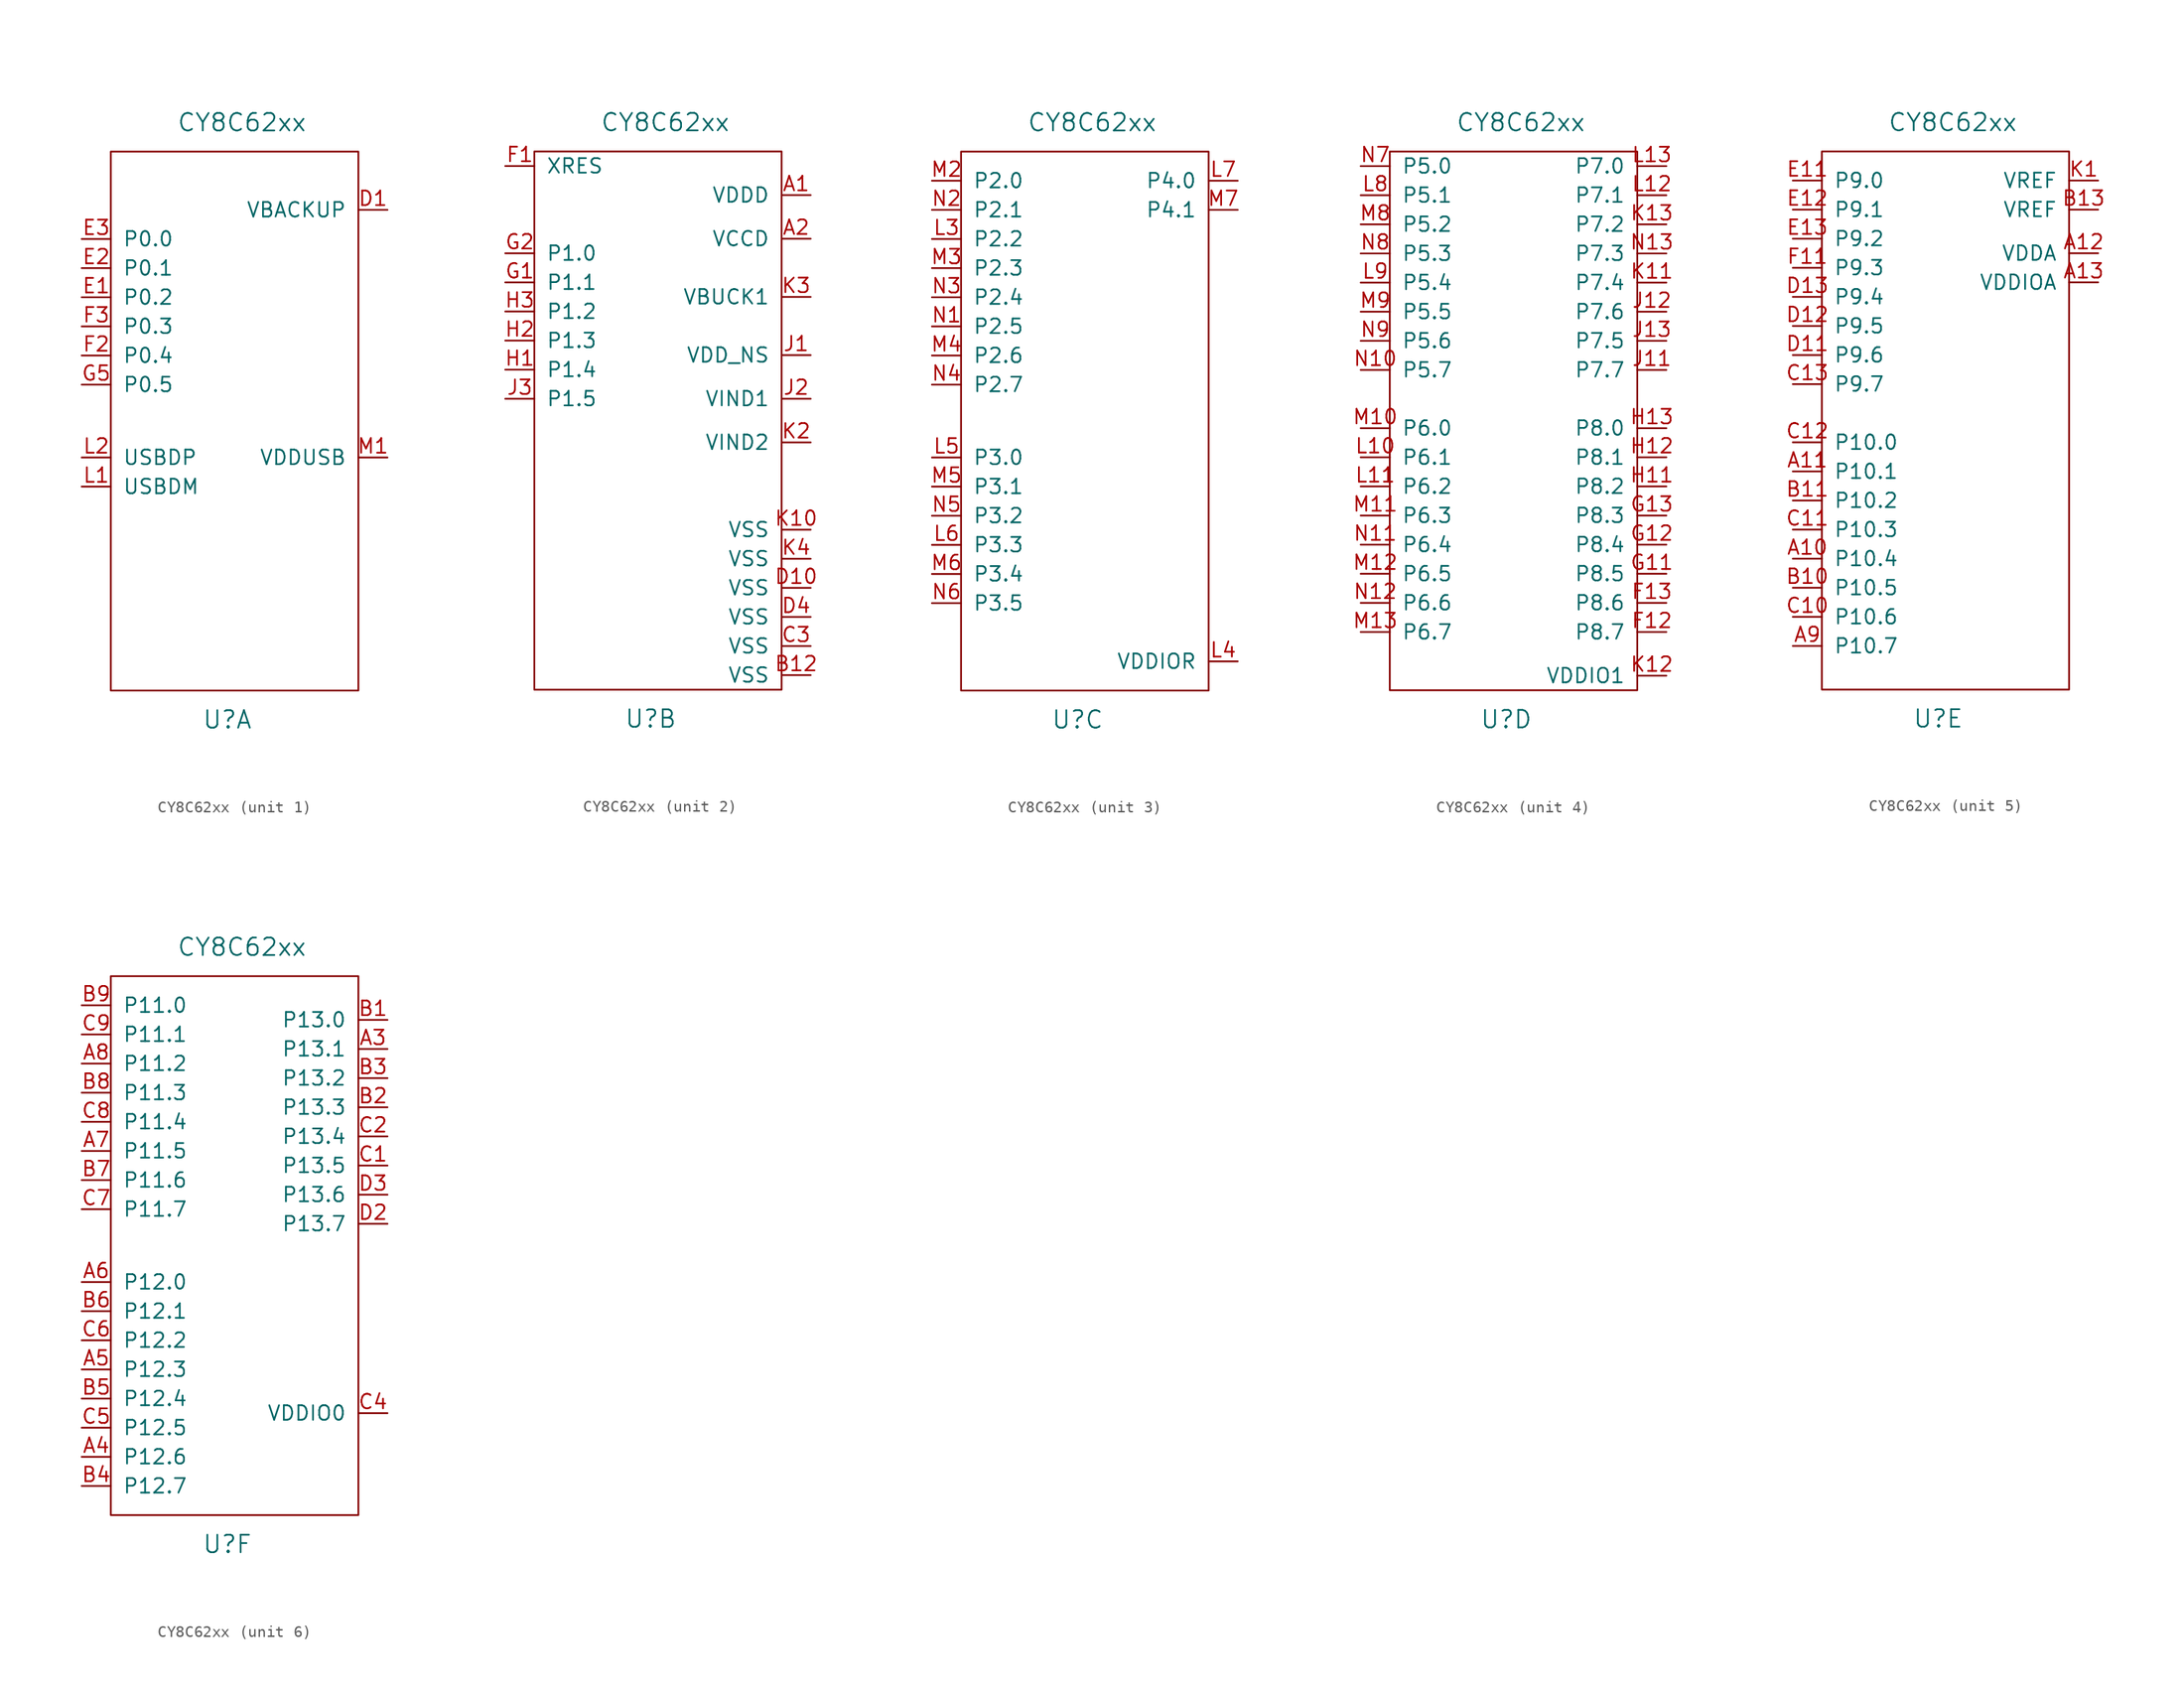
<source format=kicad_sym>
(kicad_symbol_lib
  (version 20220914)
  (generator kicad_symbol_editor)
  (symbol "CY8C62xx"
    (pin_names
      (offset 1.016))
    (property "Reference" "U"
      (at 0 -26.67 0)
      (effects (font (size 1.524 1.524))))
    (property "Value" "CY8C62xx"
      (at 1.27 25.4 0)
      (effects (font (size 1.524 1.524))))
    (property "ki_locked" ""
      (at 0 0 0)
      (effects (font (size 1.27 1.27))))
    (symbol "CY8C62xx_0_1"
      (rectangle (start -10.16 22.86) (end 11.43 -24.13) (stroke (width 0) (type solid)) (fill (type none))))
    (symbol "CY8C62xx_1_1"
      (pin power_in line (at 13.97 17.78 180) (length 2.54) (name "VBACKUP" (effects (font (size 1.27 1.27)))) (number "D1" (effects (font (size 1.27 1.27)))))
      (pin bidirectional line (at -12.7 10.16 0) (length 2.54) (name "P0.2" (effects (font (size 1.27 1.27)))) (number "E1" (effects (font (size 1.27 1.27)))))
      (pin bidirectional line (at -12.7 12.7 0) (length 2.54) (name "P0.1" (effects (font (size 1.27 1.27)))) (number "E2" (effects (font (size 1.27 1.27)))))
      (pin bidirectional line (at -12.7 15.24 0) (length 2.54) (name "P0.0" (effects (font (size 1.27 1.27)))) (number "E3" (effects (font (size 1.27 1.27)))))
      (pin bidirectional line (at -12.7 5.08 0) (length 2.54) (name "P0.4" (effects (font (size 1.27 1.27)))) (number "F2" (effects (font (size 1.27 1.27)))))
      (pin bidirectional line (at -12.7 7.62 0) (length 2.54) (name "P0.3" (effects (font (size 1.27 1.27)))) (number "F3" (effects (font (size 1.27 1.27)))))
      (pin bidirectional line (at -12.7 2.54 0) (length 2.54) (name "P0.5" (effects (font (size 1.27 1.27)))) (number "G5" (effects (font (size 1.27 1.27)))))
      (pin bidirectional line (at -12.7 -6.35 0) (length 2.54) (name "USBDM" (effects (font (size 1.27 1.27)))) (number "L1" (effects (font (size 1.27 1.27)))))
      (pin bidirectional line (at -12.7 -3.81 0) (length 2.54) (name "USBDP" (effects (font (size 1.27 1.27)))) (number "L2" (effects (font (size 1.27 1.27)))))
      (pin power_in line (at 13.97 -3.81 180) (length 2.54) (name "VDDUSB" (effects (font (size 1.27 1.27)))) (number "M1" (effects (font (size 1.27 1.27))))))
    (symbol "CY8C62xx_2_1"
      (pin power_in line (at 13.97 19.05 180) (length 2.54) (name "VDDD" (effects (font (size 1.27 1.27)))) (number "A1" (effects (font (size 1.27 1.27)))))
      (pin power_in line (at 13.97 15.24 180) (length 2.54) (name "VCCD" (effects (font (size 1.27 1.27)))) (number "A2" (effects (font (size 1.27 1.27)))))
      (pin power_in line (at 13.97 -22.86 180) (length 2.54) (name "VSS" (effects (font (size 1.27 1.27)))) (number "B12" (effects (font (size 1.27 1.27)))))
      (pin power_in line (at 13.97 -20.32 180) (length 2.54) (name "VSS" (effects (font (size 1.27 1.27)))) (number "C3" (effects (font (size 1.27 1.27)))))
      (pin power_in line (at 13.97 -15.24 180) (length 2.54) (name "VSS" (effects (font (size 1.27 1.27)))) (number "D10" (effects (font (size 1.27 1.27)))))
      (pin power_in line (at 13.97 -17.78 180) (length 2.54) (name "VSS" (effects (font (size 1.27 1.27)))) (number "D4" (effects (font (size 1.27 1.27)))))
      (pin bidirectional line (at -12.7 21.59 0) (length 2.54) (name "XRES" (effects (font (size 1.27 1.27)))) (number "F1" (effects (font (size 1.27 1.27)))))
      (pin bidirectional line (at -12.7 11.43 0) (length 2.54) (name "P1.1" (effects (font (size 1.27 1.27)))) (number "G1" (effects (font (size 1.27 1.27)))))
      (pin bidirectional line (at -12.7 13.97 0) (length 2.54) (name "P1.0" (effects (font (size 1.27 1.27)))) (number "G2" (effects (font (size 1.27 1.27)))))
      (pin bidirectional line (at -12.7 3.81 0) (length 2.54) (name "P1.4" (effects (font (size 1.27 1.27)))) (number "H1" (effects (font (size 1.27 1.27)))))
      (pin bidirectional line (at -12.7 6.35 0) (length 2.54) (name "P1.3" (effects (font (size 1.27 1.27)))) (number "H2" (effects (font (size 1.27 1.27)))))
      (pin bidirectional line (at -12.7 8.89 0) (length 2.54) (name "P1.2" (effects (font (size 1.27 1.27)))) (number "H3" (effects (font (size 1.27 1.27)))))
      (pin power_in line (at 13.97 5.08 180) (length 2.54) (name "VDD_NS" (effects (font (size 1.27 1.27)))) (number "J1" (effects (font (size 1.27 1.27)))))
      (pin power_in line (at 13.97 1.27 180) (length 2.54) (name "VIND1" (effects (font (size 1.27 1.27)))) (number "J2" (effects (font (size 1.27 1.27)))))
      (pin bidirectional line (at -12.7 1.27 0) (length 2.54) (name "P1.5" (effects (font (size 1.27 1.27)))) (number "J3" (effects (font (size 1.27 1.27)))))
      (pin power_in line (at 13.97 -10.16 180) (length 2.54) (name "VSS" (effects (font (size 1.27 1.27)))) (number "K10" (effects (font (size 1.27 1.27)))))
      (pin power_in line (at 13.97 -2.54 180) (length 2.54) (name "VIND2" (effects (font (size 1.27 1.27)))) (number "K2" (effects (font (size 1.27 1.27)))))
      (pin power_in line (at 13.97 10.16 180) (length 2.54) (name "VBUCK1" (effects (font (size 1.27 1.27)))) (number "K3" (effects (font (size 1.27 1.27)))))
      (pin power_in line (at 13.97 -12.7 180) (length 2.54) (name "VSS" (effects (font (size 1.27 1.27)))) (number "K4" (effects (font (size 1.27 1.27))))))
    (symbol "CY8C62xx_3_1"
      (pin bidirectional line (at -12.7 15.24 0) (length 2.54) (name "P2.2" (effects (font (size 1.27 1.27)))) (number "L3" (effects (font (size 1.27 1.27)))))
      (pin power_in line (at 13.97 -21.59 180) (length 2.54) (name "VDDIOR" (effects (font (size 1.27 1.27)))) (number "L4" (effects (font (size 1.27 1.27)))))
      (pin bidirectional line (at -12.7 -3.81 0) (length 2.54) (name "P3.0" (effects (font (size 1.27 1.27)))) (number "L5" (effects (font (size 1.27 1.27)))))
      (pin bidirectional line (at -12.7 -11.43 0) (length 2.54) (name "P3.3" (effects (font (size 1.27 1.27)))) (number "L6" (effects (font (size 1.27 1.27)))))
      (pin bidirectional line (at 13.97 20.32 180) (length 2.54) (name "P4.0" (effects (font (size 1.27 1.27)))) (number "L7" (effects (font (size 1.27 1.27)))))
      (pin bidirectional line (at -12.7 20.32 0) (length 2.54) (name "P2.0" (effects (font (size 1.27 1.27)))) (number "M2" (effects (font (size 1.27 1.27)))))
      (pin bidirectional line (at -12.7 12.7 0) (length 2.54) (name "P2.3" (effects (font (size 1.27 1.27)))) (number "M3" (effects (font (size 1.27 1.27)))))
      (pin bidirectional line (at -12.7 5.08 0) (length 2.54) (name "P2.6" (effects (font (size 1.27 1.27)))) (number "M4" (effects (font (size 1.27 1.27)))))
      (pin bidirectional line (at -12.7 -6.35 0) (length 2.54) (name "P3.1" (effects (font (size 1.27 1.27)))) (number "M5" (effects (font (size 1.27 1.27)))))
      (pin bidirectional line (at -12.7 -13.97 0) (length 2.54) (name "P3.4" (effects (font (size 1.27 1.27)))) (number "M6" (effects (font (size 1.27 1.27)))))
      (pin bidirectional line (at 13.97 17.78 180) (length 2.54) (name "P4.1" (effects (font (size 1.27 1.27)))) (number "M7" (effects (font (size 1.27 1.27)))))
      (pin bidirectional line (at -12.7 7.62 0) (length 2.54) (name "P2.5" (effects (font (size 1.27 1.27)))) (number "N1" (effects (font (size 1.27 1.27)))))
      (pin bidirectional line (at -12.7 17.78 0) (length 2.54) (name "P2.1" (effects (font (size 1.27 1.27)))) (number "N2" (effects (font (size 1.27 1.27)))))
      (pin bidirectional line (at -12.7 10.16 0) (length 2.54) (name "P2.4" (effects (font (size 1.27 1.27)))) (number "N3" (effects (font (size 1.27 1.27)))))
      (pin bidirectional line (at -12.7 2.54 0) (length 2.54) (name "P2.7" (effects (font (size 1.27 1.27)))) (number "N4" (effects (font (size 1.27 1.27)))))
      (pin bidirectional line (at -12.7 -8.89 0) (length 2.54) (name "P3.2" (effects (font (size 1.27 1.27)))) (number "N5" (effects (font (size 1.27 1.27)))))
      (pin bidirectional line (at -12.7 -16.51 0) (length 2.54) (name "P3.5" (effects (font (size 1.27 1.27)))) (number "N6" (effects (font (size 1.27 1.27))))))
    (symbol "CY8C62xx_4_1"
      (pin bidirectional line (at 13.97 -19.05 180) (length 2.54) (name "P8.7" (effects (font (size 1.27 1.27)))) (number "F12" (effects (font (size 1.27 1.27)))))
      (pin bidirectional line (at 13.97 -16.51 180) (length 2.54) (name "P8.6" (effects (font (size 1.27 1.27)))) (number "F13" (effects (font (size 1.27 1.27)))))
      (pin bidirectional line (at 13.97 -13.97 180) (length 2.54) (name "P8.5" (effects (font (size 1.27 1.27)))) (number "G11" (effects (font (size 1.27 1.27)))))
      (pin bidirectional line (at 13.97 -11.43 180) (length 2.54) (name "P8.4" (effects (font (size 1.27 1.27)))) (number "G12" (effects (font (size 1.27 1.27)))))
      (pin bidirectional line (at 13.97 -8.89 180) (length 2.54) (name "P8.3" (effects (font (size 1.27 1.27)))) (number "G13" (effects (font (size 1.27 1.27)))))
      (pin bidirectional line (at 13.97 -6.35 180) (length 2.54) (name "P8.2" (effects (font (size 1.27 1.27)))) (number "H11" (effects (font (size 1.27 1.27)))))
      (pin bidirectional line (at 13.97 -3.81 180) (length 2.54) (name "P8.1" (effects (font (size 1.27 1.27)))) (number "H12" (effects (font (size 1.27 1.27)))))
      (pin bidirectional line (at 13.97 -1.27 180) (length 2.54) (name "P8.0" (effects (font (size 1.27 1.27)))) (number "H13" (effects (font (size 1.27 1.27)))))
      (pin bidirectional line (at 13.97 3.81 180) (length 2.54) (name "P7.7" (effects (font (size 1.27 1.27)))) (number "J11" (effects (font (size 1.27 1.27)))))
      (pin bidirectional line (at 13.97 8.89 180) (length 2.54) (name "P7.6" (effects (font (size 1.27 1.27)))) (number "J12" (effects (font (size 1.27 1.27)))))
      (pin bidirectional line (at 13.97 6.35 180) (length 2.54) (name "P7.5" (effects (font (size 1.27 1.27)))) (number "J13" (effects (font (size 1.27 1.27)))))
      (pin bidirectional line (at 13.97 11.43 180) (length 2.54) (name "P7.4" (effects (font (size 1.27 1.27)))) (number "K11" (effects (font (size 1.27 1.27)))))
      (pin power_in line (at 13.97 -22.86 180) (length 2.54) (name "VDDIO1" (effects (font (size 1.27 1.27)))) (number "K12" (effects (font (size 1.27 1.27)))))
      (pin bidirectional line (at 13.97 16.51 180) (length 2.54) (name "P7.2" (effects (font (size 1.27 1.27)))) (number "K13" (effects (font (size 1.27 1.27)))))
      (pin bidirectional line (at -12.7 -3.81 0) (length 2.54) (name "P6.1" (effects (font (size 1.27 1.27)))) (number "L10" (effects (font (size 1.27 1.27)))))
      (pin bidirectional line (at -12.7 -6.35 0) (length 2.54) (name "P6.2" (effects (font (size 1.27 1.27)))) (number "L11" (effects (font (size 1.27 1.27)))))
      (pin bidirectional line (at 13.97 19.05 180) (length 2.54) (name "P7.1" (effects (font (size 1.27 1.27)))) (number "L12" (effects (font (size 1.27 1.27)))))
      (pin bidirectional line (at 13.97 21.59 180) (length 2.54) (name "P7.0" (effects (font (size 1.27 1.27)))) (number "L13" (effects (font (size 1.27 1.27)))))
      (pin bidirectional line (at -12.7 19.05 0) (length 2.54) (name "P5.1" (effects (font (size 1.27 1.27)))) (number "L8" (effects (font (size 1.27 1.27)))))
      (pin bidirectional line (at -12.7 11.43 0) (length 2.54) (name "P5.4" (effects (font (size 1.27 1.27)))) (number "L9" (effects (font (size 1.27 1.27)))))
      (pin bidirectional line (at -12.7 -1.27 0) (length 2.54) (name "P6.0" (effects (font (size 1.27 1.27)))) (number "M10" (effects (font (size 1.27 1.27)))))
      (pin bidirectional line (at -12.7 -8.89 0) (length 2.54) (name "P6.3" (effects (font (size 1.27 1.27)))) (number "M11" (effects (font (size 1.27 1.27)))))
      (pin bidirectional line (at -12.7 -13.97 0) (length 2.54) (name "P6.5" (effects (font (size 1.27 1.27)))) (number "M12" (effects (font (size 1.27 1.27)))))
      (pin bidirectional line (at -12.7 -19.05 0) (length 2.54) (name "P6.7" (effects (font (size 1.27 1.27)))) (number "M13" (effects (font (size 1.27 1.27)))))
      (pin bidirectional line (at -12.7 16.51 0) (length 2.54) (name "P5.2" (effects (font (size 1.27 1.27)))) (number "M8" (effects (font (size 1.27 1.27)))))
      (pin bidirectional line (at -12.7 8.89 0) (length 2.54) (name "P5.5" (effects (font (size 1.27 1.27)))) (number "M9" (effects (font (size 1.27 1.27)))))
      (pin bidirectional line (at -12.7 3.81 0) (length 2.54) (name "P5.7" (effects (font (size 1.27 1.27)))) (number "N10" (effects (font (size 1.27 1.27)))))
      (pin bidirectional line (at -12.7 -11.43 0) (length 2.54) (name "P6.4" (effects (font (size 1.27 1.27)))) (number "N11" (effects (font (size 1.27 1.27)))))
      (pin bidirectional line (at -12.7 -16.51 0) (length 2.54) (name "P6.6" (effects (font (size 1.27 1.27)))) (number "N12" (effects (font (size 1.27 1.27)))))
      (pin bidirectional line (at 13.97 13.97 180) (length 2.54) (name "P7.3" (effects (font (size 1.27 1.27)))) (number "N13" (effects (font (size 1.27 1.27)))))
      (pin bidirectional line (at -12.7 21.59 0) (length 2.54) (name "P5.0" (effects (font (size 1.27 1.27)))) (number "N7" (effects (font (size 1.27 1.27)))))
      (pin bidirectional line (at -12.7 13.97 0) (length 2.54) (name "P5.3" (effects (font (size 1.27 1.27)))) (number "N8" (effects (font (size 1.27 1.27)))))
      (pin bidirectional line (at -12.7 6.35 0) (length 2.54) (name "P5.6" (effects (font (size 1.27 1.27)))) (number "N9" (effects (font (size 1.27 1.27))))))
    (symbol "CY8C62xx_5_1"
      (pin bidirectional line (at -12.7 -12.7 0) (length 2.54) (name "P10.4" (effects (font (size 1.27 1.27)))) (number "A10" (effects (font (size 1.27 1.27)))))
      (pin bidirectional line (at -12.7 -5.08 0) (length 2.54) (name "P10.1" (effects (font (size 1.27 1.27)))) (number "A11" (effects (font (size 1.27 1.27)))))
      (pin power_in line (at 13.97 13.97 180) (length 2.54) (name "VDDA" (effects (font (size 1.27 1.27)))) (number "A12" (effects (font (size 1.27 1.27)))))
      (pin power_in line (at 13.97 11.43 180) (length 2.54) (name "VDDIOA" (effects (font (size 1.27 1.27)))) (number "A13" (effects (font (size 1.27 1.27)))))
      (pin bidirectional line (at -12.7 -20.32 0) (length 2.54) (name "P10.7" (effects (font (size 1.27 1.27)))) (number "A9" (effects (font (size 1.27 1.27)))))
      (pin bidirectional line (at -12.7 -15.24 0) (length 2.54) (name "P10.5" (effects (font (size 1.27 1.27)))) (number "B10" (effects (font (size 1.27 1.27)))))
      (pin bidirectional line (at -12.7 -7.62 0) (length 2.54) (name "P10.2" (effects (font (size 1.27 1.27)))) (number "B11" (effects (font (size 1.27 1.27)))))
      (pin power_in line (at 13.97 17.78 180) (length 2.54) (name "VREF" (effects (font (size 1.27 1.27)))) (number "B13" (effects (font (size 1.27 1.27)))))
      (pin bidirectional line (at -12.7 -17.78 0) (length 2.54) (name "P10.6" (effects (font (size 1.27 1.27)))) (number "C10" (effects (font (size 1.27 1.27)))))
      (pin bidirectional line (at -12.7 -10.16 0) (length 2.54) (name "P10.3" (effects (font (size 1.27 1.27)))) (number "C11" (effects (font (size 1.27 1.27)))))
      (pin bidirectional line (at -12.7 -2.54 0) (length 2.54) (name "P10.0" (effects (font (size 1.27 1.27)))) (number "C12" (effects (font (size 1.27 1.27)))))
      (pin bidirectional line (at -12.7 2.54 0) (length 2.54) (name "P9.7" (effects (font (size 1.27 1.27)))) (number "C13" (effects (font (size 1.27 1.27)))))
      (pin bidirectional line (at -12.7 5.08 0) (length 2.54) (name "P9.6" (effects (font (size 1.27 1.27)))) (number "D11" (effects (font (size 1.27 1.27)))))
      (pin bidirectional line (at -12.7 7.62 0) (length 2.54) (name "P9.5" (effects (font (size 1.27 1.27)))) (number "D12" (effects (font (size 1.27 1.27)))))
      (pin bidirectional line (at -12.7 10.16 0) (length 2.54) (name "P9.4" (effects (font (size 1.27 1.27)))) (number "D13" (effects (font (size 1.27 1.27)))))
      (pin bidirectional line (at -12.7 20.32 0) (length 2.54) (name "P9.0" (effects (font (size 1.27 1.27)))) (number "E11" (effects (font (size 1.27 1.27)))))
      (pin bidirectional line (at -12.7 17.78 0) (length 2.54) (name "P9.1" (effects (font (size 1.27 1.27)))) (number "E12" (effects (font (size 1.27 1.27)))))
      (pin bidirectional line (at -12.7 15.24 0) (length 2.54) (name "P9.2" (effects (font (size 1.27 1.27)))) (number "E13" (effects (font (size 1.27 1.27)))))
      (pin bidirectional line (at -12.7 12.7 0) (length 2.54) (name "P9.3" (effects (font (size 1.27 1.27)))) (number "F11" (effects (font (size 1.27 1.27)))))
      (pin power_in line (at 13.97 20.32 180) (length 2.54) (name "VREF" (effects (font (size 1.27 1.27)))) (number "K1" (effects (font (size 1.27 1.27))))))
    (symbol "CY8C62xx_6_1"
      (pin bidirectional line (at 13.97 16.51 180) (length 2.54) (name "P13.1" (effects (font (size 1.27 1.27)))) (number "A3" (effects (font (size 1.27 1.27)))))
      (pin bidirectional line (at -12.7 -19.05 0) (length 2.54) (name "P12.6" (effects (font (size 1.27 1.27)))) (number "A4" (effects (font (size 1.27 1.27)))))
      (pin bidirectional line (at -12.7 -11.43 0) (length 2.54) (name "P12.3" (effects (font (size 1.27 1.27)))) (number "A5" (effects (font (size 1.27 1.27)))))
      (pin bidirectional line (at -12.7 -3.81 0) (length 2.54) (name "P12.0" (effects (font (size 1.27 1.27)))) (number "A6" (effects (font (size 1.27 1.27)))))
      (pin bidirectional line (at -12.7 7.62 0) (length 2.54) (name "P11.5" (effects (font (size 1.27 1.27)))) (number "A7" (effects (font (size 1.27 1.27)))))
      (pin bidirectional line (at -12.7 15.24 0) (length 2.54) (name "P11.2" (effects (font (size 1.27 1.27)))) (number "A8" (effects (font (size 1.27 1.27)))))
      (pin bidirectional line (at 13.97 19.05 180) (length 2.54) (name "P13.0" (effects (font (size 1.27 1.27)))) (number "B1" (effects (font (size 1.27 1.27)))))
      (pin bidirectional line (at 13.97 11.43 180) (length 2.54) (name "P13.3" (effects (font (size 1.27 1.27)))) (number "B2" (effects (font (size 1.27 1.27)))))
      (pin bidirectional line (at 13.97 13.97 180) (length 2.54) (name "P13.2" (effects (font (size 1.27 1.27)))) (number "B3" (effects (font (size 1.27 1.27)))))
      (pin bidirectional line (at -12.7 -21.59 0) (length 2.54) (name "P12.7" (effects (font (size 1.27 1.27)))) (number "B4" (effects (font (size 1.27 1.27)))))
      (pin bidirectional line (at -12.7 -13.97 0) (length 2.54) (name "P12.4" (effects (font (size 1.27 1.27)))) (number "B5" (effects (font (size 1.27 1.27)))))
      (pin bidirectional line (at -12.7 -6.35 0) (length 2.54) (name "P12.1" (effects (font (size 1.27 1.27)))) (number "B6" (effects (font (size 1.27 1.27)))))
      (pin bidirectional line (at -12.7 5.08 0) (length 2.54) (name "P11.6" (effects (font (size 1.27 1.27)))) (number "B7" (effects (font (size 1.27 1.27)))))
      (pin bidirectional line (at -12.7 12.7 0) (length 2.54) (name "P11.3" (effects (font (size 1.27 1.27)))) (number "B8" (effects (font (size 1.27 1.27)))))
      (pin bidirectional line (at -12.7 20.32 0) (length 2.54) (name "P11.0" (effects (font (size 1.27 1.27)))) (number "B9" (effects (font (size 1.27 1.27)))))
      (pin bidirectional line (at 13.97 6.35 180) (length 2.54) (name "P13.5" (effects (font (size 1.27 1.27)))) (number "C1" (effects (font (size 1.27 1.27)))))
      (pin bidirectional line (at 13.97 8.89 180) (length 2.54) (name "P13.4" (effects (font (size 1.27 1.27)))) (number "C2" (effects (font (size 1.27 1.27)))))
      (pin power_in line (at 13.97 -15.24 180) (length 2.54) (name "VDDIO0" (effects (font (size 1.27 1.27)))) (number "C4" (effects (font (size 1.27 1.27)))))
      (pin bidirectional line (at -12.7 -16.51 0) (length 2.54) (name "P12.5" (effects (font (size 1.27 1.27)))) (number "C5" (effects (font (size 1.27 1.27)))))
      (pin bidirectional line (at -12.7 -8.89 0) (length 2.54) (name "P12.2" (effects (font (size 1.27 1.27)))) (number "C6" (effects (font (size 1.27 1.27)))))
      (pin bidirectional line (at -12.7 2.54 0) (length 2.54) (name "P11.7" (effects (font (size 1.27 1.27)))) (number "C7" (effects (font (size 1.27 1.27)))))
      (pin bidirectional line (at -12.7 10.16 0) (length 2.54) (name "P11.4" (effects (font (size 1.27 1.27)))) (number "C8" (effects (font (size 1.27 1.27)))))
      (pin bidirectional line (at -12.7 17.78 0) (length 2.54) (name "P11.1" (effects (font (size 1.27 1.27)))) (number "C9" (effects (font (size 1.27 1.27)))))
      (pin bidirectional line (at 13.97 1.27 180) (length 2.54) (name "P13.7" (effects (font (size 1.27 1.27)))) (number "D2" (effects (font (size 1.27 1.27)))))
      (pin bidirectional line (at 13.97 3.81 180) (length 2.54) (name "P13.6" (effects (font (size 1.27 1.27)))) (number "D3" (effects (font (size 1.27 1.27))))))))
</source>
